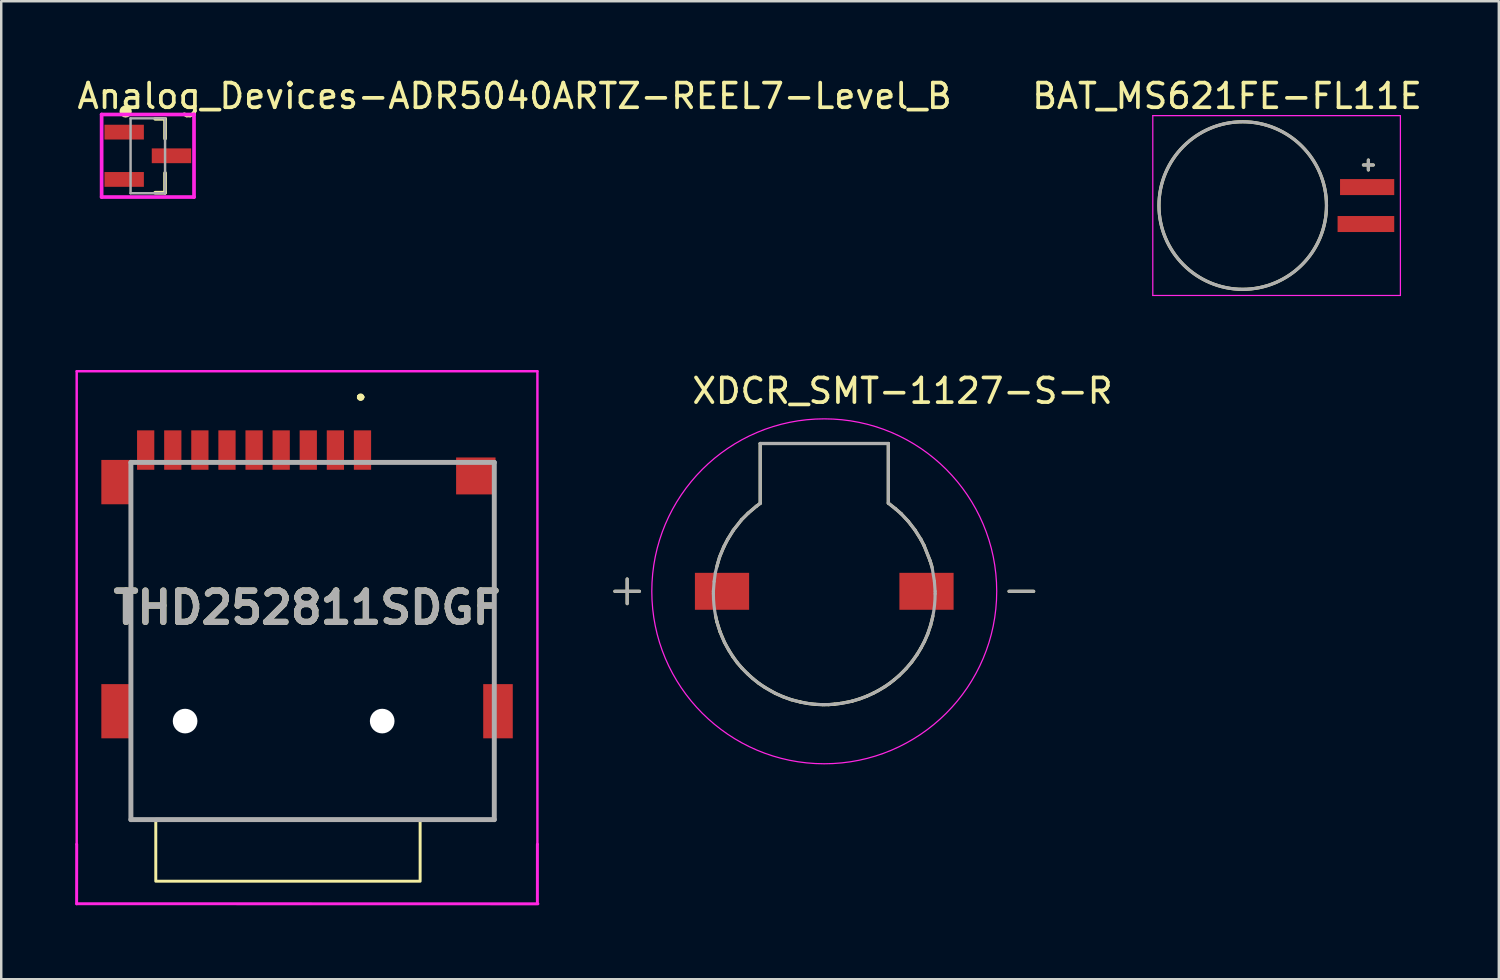
<source format=kicad_pcb>
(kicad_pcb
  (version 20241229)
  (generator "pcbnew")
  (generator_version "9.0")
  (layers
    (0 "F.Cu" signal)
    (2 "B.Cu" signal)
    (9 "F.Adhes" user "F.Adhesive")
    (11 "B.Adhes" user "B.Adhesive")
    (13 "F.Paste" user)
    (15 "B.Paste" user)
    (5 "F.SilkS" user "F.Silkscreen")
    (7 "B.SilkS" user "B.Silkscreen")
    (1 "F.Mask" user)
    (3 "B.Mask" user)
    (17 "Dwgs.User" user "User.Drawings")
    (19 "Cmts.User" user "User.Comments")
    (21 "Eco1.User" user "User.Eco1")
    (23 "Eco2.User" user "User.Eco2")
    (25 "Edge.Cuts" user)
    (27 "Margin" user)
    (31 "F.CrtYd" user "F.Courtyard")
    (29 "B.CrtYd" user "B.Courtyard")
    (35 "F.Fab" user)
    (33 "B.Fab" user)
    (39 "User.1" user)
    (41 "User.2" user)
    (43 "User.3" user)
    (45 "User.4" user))
  (footprint "XDCR_SMT-1127-S-R"
    (layer "F.Cu")
    (at 30.406 20.951)
    (property "Reference" "XDCR_SMT-1127-S-R" (at 3.175 -8.135 0) (layer "F.SilkS") (effects (font (size 1 1) (thickness 0.15))))
    (attr through_hole)
    (fp_line (start -8 -0.5) (end -8 0.5) (stroke (width 0.127) (type solid)) (layer "F.SilkS"))
    (fp_line (start -7.5 0) (end -8.5 0) (stroke (width 0.127) (type solid)) (layer "F.SilkS"))
    (fp_line (start -4.41 1) (end -4.36 1.23) (stroke (width 0.127) (type solid)) (layer "F.SilkS"))
    (fp_line (start -4.36 1.23) (end -4.23 1.64) (stroke (width 0.127) (type solid)) (layer "F.SilkS"))
    (fp_line (start -4.25 -1.39) (end -4.36 -1) (stroke (width 0.127) (type solid)) (layer "F.SilkS"))
    (fp_line (start -4.25 -1.39) (end -4.08 -1.8) (stroke (width 0.127) (type solid)) (layer "F.SilkS"))
    (fp_line (start -4.23 1.64) (end -4.05 2.07) (stroke (width 0.127) (type solid)) (layer "F.SilkS"))
    (fp_line (start -4.08 -1.8) (end -3.92 -2.11) (stroke (width 0.127) (type solid)) (layer "F.SilkS"))
    (fp_line (start -4.05 2.07) (end -3.88 2.38) (stroke (width 0.127) (type solid)) (layer "F.SilkS"))
    (fp_line (start -3.92 -2.11) (end -3.69 -2.48) (stroke (width 0.127) (type solid)) (layer "F.SilkS"))
    (fp_line (start -3.88 2.38) (end -3.71 2.65) (stroke (width 0.127) (type solid)) (layer "F.SilkS"))
    (fp_line (start -3.71 2.65) (end -3.53 2.9) (stroke (width 0.127) (type solid)) (layer "F.SilkS"))
    (fp_line (start -3.69 -2.48) (end -3.36 -2.9) (stroke (width 0.127) (type solid)) (layer "F.SilkS"))
    (fp_line (start -3.53 2.9) (end -3.34 3.12) (stroke (width 0.127) (type solid)) (layer "F.SilkS"))
    (fp_line (start -3.36 -2.9) (end -3.09 -3.17) (stroke (width 0.127) (type solid)) (layer "F.SilkS"))
    (fp_line (start -3.34 3.12) (end -3.11 3.35) (stroke (width 0.127) (type solid)) (layer "F.SilkS"))
    (fp_line (start -3.11 3.35) (end -2.9 3.54) (stroke (width 0.127) (type solid)) (layer "F.SilkS"))
    (fp_line (start -3.09 -3.17) (end -2.76 -3.45) (stroke (width 0.127) (type solid)) (layer "F.SilkS"))
    (fp_line (start -2.9 3.54) (end -2.65 3.74) (stroke (width 0.127) (type solid)) (layer "F.SilkS"))
    (fp_line (start -2.76 -3.45) (end -2.6 -3.57) (stroke (width 0.127) (type solid)) (layer "F.SilkS"))
    (fp_line (start -2.65 3.74) (end -2.41 3.9) (stroke (width 0.127) (type solid)) (layer "F.SilkS"))
    (fp_line (start -2.6 -6) (end 2.6 -6) (stroke (width 0.127) (type solid)) (layer "F.SilkS"))
    (fp_line (start -2.6 -3.57) (end -2.6 -6) (stroke (width 0.127) (type solid)) (layer "F.SilkS"))
    (fp_line (start -2.41 3.9) (end -1.99 4.14) (stroke (width 0.127) (type solid)) (layer "F.SilkS"))
    (fp_line (start -1.99 4.14) (end -1.67 4.28) (stroke (width 0.127) (type solid)) (layer "F.SilkS"))
    (fp_line (start -1.67 4.28) (end -1.34 4.4) (stroke (width 0.127) (type solid)) (layer "F.SilkS"))
    (fp_line (start -1.34 4.4) (end -0.98 4.49) (stroke (width 0.127) (type solid)) (layer "F.SilkS"))
    (fp_line (start -0.98 4.49) (end -0.69 4.55) (stroke (width 0.127) (type solid)) (layer "F.SilkS"))
    (fp_line (start -0.69 4.55) (end -0.35 4.59) (stroke (width 0.127) (type solid)) (layer "F.SilkS"))
    (fp_line (start -0.35 4.59) (end -0.07 4.6) (stroke (width 0.127) (type solid)) (layer "F.SilkS"))
    (fp_line (start -0.07 4.6) (end 0.18 4.6) (stroke (width 0.127) (type solid)) (layer "F.SilkS"))
    (fp_line (start 0.18 4.6) (end 0.42 4.58) (stroke (width 0.127) (type solid)) (layer "F.SilkS"))
    (fp_line (start 0.42 4.58) (end 0.66 4.55) (stroke (width 0.127) (type solid)) (layer "F.SilkS"))
    (fp_line (start 0.66 4.55) (end 1.13 4.46) (stroke (width 0.127) (type solid)) (layer "F.SilkS"))
    (fp_line (start 1.13 4.46) (end 1.45 4.36) (stroke (width 0.127) (type solid)) (layer "F.SilkS"))
    (fp_line (start 1.45 4.36) (end 1.72 4.26) (stroke (width 0.127) (type solid)) (layer "F.SilkS"))
    (fp_line (start 1.72 4.26) (end 2 4.13) (stroke (width 0.127) (type solid)) (layer "F.SilkS"))
    (fp_line (start 2 4.13) (end 2.19 4.03) (stroke (width 0.127) (type solid)) (layer "F.SilkS"))
    (fp_line (start 2.19 4.03) (end 2.46 3.87) (stroke (width 0.127) (type solid)) (layer "F.SilkS"))
    (fp_line (start 2.46 3.87) (end 2.65 3.74) (stroke (width 0.127) (type solid)) (layer "F.SilkS"))
    (fp_line (start 2.6 -6) (end 2.6 -3.58) (stroke (width 0.127) (type solid)) (layer "F.SilkS"))
    (fp_line (start 2.6 -3.58) (end 2.89 -3.35) (stroke (width 0.127) (type solid)) (layer "F.SilkS"))
    (fp_line (start 2.65 3.74) (end 2.84 3.59) (stroke (width 0.127) (type solid)) (layer "F.SilkS"))
    (fp_line (start 2.84 3.59) (end 3.04 3.42) (stroke (width 0.127) (type solid)) (layer "F.SilkS"))
    (fp_line (start 2.89 -3.35) (end 3.12 -3.15) (stroke (width 0.127) (type solid)) (layer "F.SilkS"))
    (fp_line (start 3.04 3.42) (end 3.32 3.14) (stroke (width 0.127) (type solid)) (layer "F.SilkS"))
    (fp_line (start 3.12 -3.15) (end 3.41 -2.84) (stroke (width 0.127) (type solid)) (layer "F.SilkS"))
    (fp_line (start 3.32 3.14) (end 3.55 2.87) (stroke (width 0.127) (type solid)) (layer "F.SilkS"))
    (fp_line (start 3.41 -2.84) (end 3.68 -2.49) (stroke (width 0.127) (type solid)) (layer "F.SilkS"))
    (fp_line (start 3.55 2.87) (end 3.77 2.56) (stroke (width 0.127) (type solid)) (layer "F.SilkS"))
    (fp_line (start 3.68 -2.49) (end 3.92 -2.11) (stroke (width 0.127) (type solid)) (layer "F.SilkS"))
    (fp_line (start 3.77 2.56) (end 3.92 2.31) (stroke (width 0.127) (type solid)) (layer "F.SilkS"))
    (fp_line (start 3.92 -2.11) (end 4.05 -1.86) (stroke (width 0.127) (type solid)) (layer "F.SilkS"))
    (fp_line (start 3.92 2.31) (end 4.07 2.03) (stroke (width 0.127) (type solid)) (layer "F.SilkS"))
    (fp_line (start 4.05 -1.86) (end 4.3 -1.23) (stroke (width 0.127) (type solid)) (layer "F.SilkS"))
    (fp_line (start 4.07 2.03) (end 4.2 1.73) (stroke (width 0.127) (type solid)) (layer "F.SilkS"))
    (fp_line (start 4.2 1.73) (end 4.32 1.37) (stroke (width 0.127) (type solid)) (layer "F.SilkS"))
    (fp_line (start 4.3 -1.23) (end 4.37 -1) (stroke (width 0.127) (type solid)) (layer "F.SilkS"))
    (fp_line (start 4.32 1.37) (end 4.41 1) (stroke (width 0.127) (type solid)) (layer "F.SilkS"))
    (fp_line (start 7.5 0) (end 8.5 0) (stroke (width 0.127) (type solid)) (layer "F.SilkS"))
    (fp_circle (center 0 0) (end 7 0) (stroke (width 0.05) (type solid)) (fill no) (layer "F.CrtYd"))
    (fp_line (start -8.5 0) (end -7.5 0) (stroke (width 0.127) (type solid)) (layer "F.Fab"))
    (fp_line (start -8 -0.5) (end -8 0.5) (stroke (width 0.127) (type solid)) (layer "F.Fab"))
    (fp_line (start -4.5 0) (end -4.47 -0.4) (stroke (width 0.127) (type solid)) (layer "F.Fab"))
    (fp_line (start -4.5 0.1) (end -4.5 0) (stroke (width 0.127) (type solid)) (layer "F.Fab"))
    (fp_line (start -4.47 -0.4) (end -4.42 -0.76) (stroke (width 0.127) (type solid)) (layer "F.Fab"))
    (fp_line (start -4.42 -0.76) (end -4.33 -1.12) (stroke (width 0.127) (type solid)) (layer "F.Fab"))
    (fp_line (start -4.33 -1.12) (end -4.25 -1.39) (stroke (width 0.127) (type solid)) (layer "F.Fab"))
    (fp_line (start -4.25 -1.39) (end -4.08 -1.8) (stroke (width 0.127) (type solid)) (layer "F.Fab"))
    (fp_line (start -4.08 -1.8) (end -3.92 -2.11) (stroke (width 0.127) (type solid)) (layer "F.Fab"))
    (fp_line (start -3.92 -2.11) (end -3.69 -2.48) (stroke (width 0.127) (type solid)) (layer "F.Fab"))
    (fp_line (start -3.69 -2.48) (end -3.36 -2.9) (stroke (width 0.127) (type solid)) (layer "F.Fab"))
    (fp_line (start -3.36 -2.9) (end -3.09 -3.17) (stroke (width 0.127) (type solid)) (layer "F.Fab"))
    (fp_line (start -3.09 -3.17) (end -2.76 -3.45) (stroke (width 0.127) (type solid)) (layer "F.Fab"))
    (fp_line (start -2.76 -3.45) (end -2.6 -3.57) (stroke (width 0.127) (type solid)) (layer "F.Fab"))
    (fp_line (start -2.6 -6) (end 2.6 -6) (stroke (width 0.127) (type solid)) (layer "F.Fab"))
    (fp_line (start -2.6 -3.57) (end -2.6 -6) (stroke (width 0.127) (type solid)) (layer "F.Fab"))
    (fp_line (start 2.6 -6) (end 2.6 -3.58) (stroke (width 0.127) (type solid)) (layer "F.Fab"))
    (fp_line (start 2.6 -3.58) (end 2.89 -3.35) (stroke (width 0.127) (type solid)) (layer "F.Fab"))
    (fp_line (start 2.89 -3.35) (end 3.12 -3.15) (stroke (width 0.127) (type solid)) (layer "F.Fab"))
    (fp_line (start 3.12 -3.15) (end 3.41 -2.84) (stroke (width 0.127) (type solid)) (layer "F.Fab"))
    (fp_line (start 3.41 -2.84) (end 3.68 -2.49) (stroke (width 0.127) (type solid)) (layer "F.Fab"))
    (fp_line (start 3.68 -2.49) (end 3.92 -2.11) (stroke (width 0.127) (type solid)) (layer "F.Fab"))
    (fp_line (start 3.92 -2.11) (end 4.05 -1.86) (stroke (width 0.127) (type solid)) (layer "F.Fab"))
    (fp_line (start 4.05 -1.86) (end 4.3 -1.23) (stroke (width 0.127) (type solid)) (layer "F.Fab"))
    (fp_line (start 4.3 -1.23) (end 4.38 -0.95) (stroke (width 0.127) (type solid)) (layer "F.Fab"))
    (fp_line (start 4.38 -0.95) (end 4.47 -0.41) (stroke (width 0.127) (type solid)) (layer "F.Fab"))
    (fp_line (start 4.47 -0.41) (end 4.5 0) (stroke (width 0.127) (type solid)) (layer "F.Fab"))
    (fp_line (start 4.5 0) (end 4.5 0.1) (stroke (width 0.127) (type solid)) (layer "F.Fab"))
    (fp_line (start 7.5 0) (end 8.5 0) (stroke (width 0.127) (type solid)) (layer "F.Fab"))
    (fp_arc (start 0 4.6) (mid -3.181981 3.281981) (end -4.5 0.1) (stroke (width 0.127) (type solid)) (layer "F.Fab"))
    (fp_arc (start 4.5 0.1) (mid 3.181981 3.281981) (end 0 4.6) (stroke (width 0.127) (type solid)) (layer "F.Fab"))
    (pad "N" smd rect (at 4.15 0) (size 2.2 1.5) (layers "F.Cu" "F.Mask" "F.Paste"))
    (pad "P" smd rect (at -4.15 0) (size 2.2 1.5) (layers "F.Cu" "F.Mask" "F.Paste")))
  (footprint "BAT_MS621FE-FL11E"
    (layer "F.Cu")
    (at 47.391 5.293)
    (property "Reference" "BAT_MS621FE-FL11E" (at -0.635 -4.445 0) (layer "F.SilkS") (effects (font (size 1 1) (thickness 0.15))))
    (attr through_hole)
    (fp_line (start 4.9 -1.646) (end 5.3 -1.646) (stroke (width 0.127) (type solid)) (layer "F.SilkS"))
    (fp_line (start 5.1 -1.846) (end 5.1 -1.446) (stroke (width 0.127) (type solid)) (layer "F.SilkS"))
    (fp_circle (center 0 0) (end 3.4 0) (stroke (width 0.127) (type solid)) (fill no) (layer "F.SilkS"))
    (fp_line (start -3.65 -3.65) (end 6.4 -3.65) (stroke (width 0.05) (type solid)) (layer "F.CrtYd"))
    (fp_line (start -3.65 3.65) (end -3.65 -3.65) (stroke (width 0.05) (type solid)) (layer "F.CrtYd"))
    (fp_line (start 6.4 -3.65) (end 6.4 3.65) (stroke (width 0.05) (type solid)) (layer "F.CrtYd"))
    (fp_line (start 6.4 3.65) (end -3.65 3.65) (stroke (width 0.05) (type solid)) (layer "F.CrtYd"))
    (fp_line (start 4.9 -1.646) (end 5.3 -1.646) (stroke (width 0.127) (type solid)) (layer "F.Fab"))
    (fp_line (start 5.1 -1.846) (end 5.1 -1.446) (stroke (width 0.127) (type solid)) (layer "F.Fab"))
    (fp_circle (center 0 0) (end 3.4 0) (stroke (width 0.127) (type solid)) (fill no) (layer "F.Fab"))
    (pad "+" smd rect (at 5.05 -0.75) (size 2.2 0.65) (layers "F.Cu" "F.Mask" "F.Paste"))
    (pad "-" smd rect (at 5 0.75) (size 2.3 0.65) (layers "F.Cu" "F.Mask" "F.Paste")))
  (footprint "Analog_Devices-ADR5040ARTZ-REEL7-Level_B"
    (layer "F.Cu")
    (at 2.95 3.273)
    (property "Reference" "Analog_Devices-ADR5040ARTZ-REEL7-Level_B" (at -2.95 -2.425 0) (layer "F.SilkS") (effects (font (size 1 1) (thickness 0.15)) (justify left)))
    (attr through_hole)
    (fp_line (start 0.3 -1.5) (end 0.7 -1.5) (stroke (width 0.15) (type solid)) (layer "F.SilkS"))
    (fp_line (start 0.3 1.5) (end 0.7 1.5) (stroke (width 0.15) (type solid)) (layer "F.SilkS"))
    (fp_line (start 0.7 -0.7) (end 0.7 -1.5) (stroke (width 0.15) (type solid)) (layer "F.SilkS"))
    (fp_line (start 0.7 1.5) (end 0.7 0.7) (stroke (width 0.15) (type solid)) (layer "F.SilkS"))
    (fp_circle (center -0.9 -1.8) (end -0.775 -1.8) (stroke (width 0.25) (type solid)) (fill no) (layer "F.SilkS"))
    (fp_line (start -1.875 -1.675) (end -1.875 1.675) (stroke (width 0.15) (type solid)) (layer "F.CrtYd"))
    (fp_line (start -1.875 1.675) (end 1.875 1.675) (stroke (width 0.15) (type solid)) (layer "F.CrtYd"))
    (fp_line (start 1.875 -1.675) (end -1.875 -1.675) (stroke (width 0.15) (type solid)) (layer "F.CrtYd"))
    (fp_line (start 1.875 -1.675) (end 1.875 -1.675) (stroke (width 0.15) (type solid)) (layer "F.CrtYd"))
    (fp_line (start 1.875 1.675) (end 1.875 -1.675) (stroke (width 0.15) (type solid)) (layer "F.CrtYd"))
    (fp_line (start -0.7 -1.52) (end 0.7 -1.52) (stroke (width 0.1) (type solid)) (layer "F.Fab"))
    (fp_line (start -0.7 1.52) (end -0.7 -1.52) (stroke (width 0.1) (type solid)) (layer "F.Fab"))
    (fp_line (start -0.7 1.52) (end 0.7 1.52) (stroke (width 0.1) (type solid)) (layer "F.Fab"))
    (fp_line (start 0.7 1.52) (end 0.7 -1.52) (stroke (width 0.1) (type solid)) (layer "F.Fab"))
    (pad "1" smd rect (at -0.96 -0.96 270) (size 0.6 1.6) (layers "F.Cu" "F.Mask" "F.Paste"))
    (pad "2" smd rect (at -0.96 0.96 270) (size 0.6 1.6) (layers "F.Cu" "F.Mask" "F.Paste"))
    (pad "3" smd rect (at 0.96 -0.000001 270) (size 0.6 1.6) (layers "F.Cu" "F.Mask" "F.Paste")))
  (footprint "THD252811SDGF"
    (layer "F.Cu")
    (at 9.638 22.968)
    (property "Reference" "THD252811SDGF" (at -0.225 -1.35 180) (layer "F.SilkS") (effects (font (size 1.27 1.27) (thickness 0.254))))
    (fp_line (start -7.375 -4.5) (end -7.375 -4.5) (stroke (width 0.1) (type solid)) (layer "F.SilkS"))
    (fp_line (start -7.375 -4.5) (end -7.375 0.75) (stroke (width 0.1) (type solid)) (layer "F.SilkS"))
    (fp_line (start -7.375 0.75) (end -7.375 -4.5) (stroke (width 0.1) (type solid)) (layer "F.SilkS"))
    (fp_line (start -7.375 0.75) (end -7.375 0.75) (stroke (width 0.1) (type solid)) (layer "F.SilkS"))
    (fp_line (start -7.375 4.75) (end -7.375 4.75) (stroke (width 0.1) (type solid)) (layer "F.SilkS"))
    (fp_line (start -7.375 4.75) (end -7.375 7.25) (stroke (width 0.1) (type solid)) (layer "F.SilkS"))
    (fp_line (start -7.375 7.25) (end -7.375 4.75) (stroke (width 0.1) (type solid)) (layer "F.SilkS"))
    (fp_line (start -7.375 7.25) (end -7.375 7.25) (stroke (width 0.1) (type solid)) (layer "F.SilkS"))
    (fp_line (start -7.375 7.25) (end -7.375 7.25) (stroke (width 0.1) (type solid)) (layer "F.SilkS"))
    (fp_line (start -7.375 7.25) (end 7.375 7.25) (stroke (width 0.1) (type solid)) (layer "F.SilkS"))
    (fp_line (start 1.9 -9.9) (end 1.9 -9.9) (stroke (width 0.2) (type solid)) (layer "F.SilkS"))
    (fp_line (start 1.9 -9.9) (end 1.9 -9.9) (stroke (width 0.2) (type solid)) (layer "F.SilkS"))
    (fp_line (start 2 -9.9) (end 2 -9.9) (stroke (width 0.2) (type solid)) (layer "F.SilkS"))
    (fp_line (start 3.25 -7.25) (end 3.25 -7.25) (stroke (width 0.1) (type solid)) (layer "F.SilkS"))
    (fp_line (start 3.25 -7.25) (end 5 -7.25) (stroke (width 0.1) (type solid)) (layer "F.SilkS"))
    (fp_line (start 5 -7.25) (end 3.25 -7.25) (stroke (width 0.1) (type solid)) (layer "F.SilkS"))
    (fp_line (start 5 -7.25) (end 5 -7.25) (stroke (width 0.1) (type solid)) (layer "F.SilkS"))
    (fp_line (start 7.375 -4.75) (end 7.375 -4.75) (stroke (width 0.1) (type solid)) (layer "F.SilkS"))
    (fp_line (start 7.375 -4.75) (end 7.375 0.75) (stroke (width 0.1) (type solid)) (layer "F.SilkS"))
    (fp_line (start 7.375 0.75) (end 7.375 -4.75) (stroke (width 0.1) (type solid)) (layer "F.SilkS"))
    (fp_line (start 7.375 0.75) (end 7.375 0.75) (stroke (width 0.1) (type solid)) (layer "F.SilkS"))
    (fp_line (start 7.375 5) (end 7.375 5) (stroke (width 0.1) (type solid)) (layer "F.SilkS"))
    (fp_line (start 7.375 5) (end 7.375 7.25) (stroke (width 0.1) (type solid)) (layer "F.SilkS"))
    (fp_line (start 7.375 7.25) (end -7.375 7.25) (stroke (width 0.1) (type solid)) (layer "F.SilkS"))
    (fp_line (start 7.375 7.25) (end 7.375 5) (stroke (width 0.1) (type solid)) (layer "F.SilkS"))
    (fp_line (start 7.375 7.25) (end 7.375 7.25) (stroke (width 0.1) (type solid)) (layer "F.SilkS"))
    (fp_line (start 7.375 7.25) (end 7.375 7.25) (stroke (width 0.1) (type solid)) (layer "F.SilkS"))
    (fp_rect (start -6.365 7.239) (end 4.365 9.75) (stroke (width 0.12) (type solid)) (fill no) (layer "F.SilkS"))
    (fp_arc (start 1.9 -9.9) (mid 1.95 -9.95) (end 2 -9.9) (stroke (width 0.2) (type solid)) (layer "F.SilkS"))
    (fp_arc (start 2 -9.9) (mid 1.95 -9.85) (end 1.9 -9.9) (stroke (width 0.2) (type solid)) (layer "F.SilkS"))
    (fp_arc (start 2 -9.9) (mid 1.95 -9.85) (end 1.9 -9.9) (stroke (width 0.2) (type solid)) (layer "F.SilkS"))
    (fp_line (start -9.578 10.668) (end -9.575 8.25) (stroke (width 0.12) (type solid)) (layer "F.CrtYd"))
    (fp_line (start -9.575 -10.95) (end 9.125 -10.95) (stroke (width 0.1) (type solid)) (layer "F.CrtYd"))
    (fp_line (start -9.575 8.25) (end -9.575 -10.95) (stroke (width 0.1) (type solid)) (layer "F.CrtYd"))
    (fp_line (start 9.125 -10.95) (end 9.125 8.25) (stroke (width 0.1) (type solid)) (layer "F.CrtYd"))
    (fp_line (start 9.125 8.25) (end 9.124 10.65) (stroke (width 0.12) (type solid)) (layer "F.CrtYd"))
    (fp_line (start 9.144 10.668) (end -9.571 10.663) (stroke (width 0.12) (type solid)) (layer "F.CrtYd"))
    (fp_line (start -7.375 -7.25) (end -7.375 7.25) (stroke (width 0.2) (type solid)) (layer "F.Fab"))
    (fp_line (start -7.375 7.25) (end 7.375 7.25) (stroke (width 0.2) (type solid)) (layer "F.Fab"))
    (fp_line (start 7.375 -7.25) (end -7.375 -7.25) (stroke (width 0.2) (type solid)) (layer "F.Fab"))
    (fp_line (start 7.375 7.25) (end 7.375 -7.25) (stroke (width 0.2) (type solid)) (layer "F.Fab"))
    (fp_text user "${REFERENCE}" (at -0.225 -1.35 180) (layer "F.Fab") (effects (font (size 1.27 1.27) (thickness 0.254))))
    (pad "" np_thru_hole circle (at -5.175 3.25) (size 1 1) (drill 1) (layers "*.Cu" "*.Mask"))
    (pad "" np_thru_hole circle (at 2.825 3.25) (size 1 1) (drill 1) (layers "*.Cu" "*.Mask"))
    (pad "1" smd rect (at 2.025 -7.75) (size 0.7 1.6) (layers "F.Cu" "F.Mask" "F.Paste"))
    (pad "2" smd rect (at 0.925 -7.75) (size 0.7 1.6) (layers "F.Cu" "F.Mask" "F.Paste"))
    (pad "3" smd rect (at -0.175 -7.75) (size 0.7 1.6) (layers "F.Cu" "F.Mask" "F.Paste"))
    (pad "4" smd rect (at -1.275 -7.75) (size 0.7 1.6) (layers "F.Cu" "F.Mask" "F.Paste"))
    (pad "5" smd rect (at -2.375 -7.75) (size 0.7 1.6) (layers "F.Cu" "F.Mask" "F.Paste"))
    (pad "6" smd rect (at -3.475 -7.75) (size 0.7 1.6) (layers "F.Cu" "F.Mask" "F.Paste"))
    (pad "7" smd rect (at -4.575 -7.75) (size 0.7 1.6) (layers "F.Cu" "F.Mask" "F.Paste"))
    (pad "8" smd rect (at -5.675 -7.75) (size 0.7 1.6) (layers "F.Cu" "F.Mask" "F.Paste"))
    (pad "9" smd rect (at -6.775 -7.75) (size 0.7 1.6) (layers "F.Cu" "F.Mask" "F.Paste"))
    (pad "MP1" smd rect (at 6.625 -6.7 90) (size 1.5 1.6) (layers "F.Cu" "F.Mask" "F.Paste"))
    (pad "MP2" smd rect (at 7.525 2.85) (size 1.2 2.2) (layers "F.Cu" "F.Mask" "F.Paste"))
    (pad "MP3" smd rect (at -7.975 2.85) (size 1.2 2.2) (layers "F.Cu" "F.Mask" "F.Paste"))
    (pad "MP4" smd rect (at -7.975 -6.45) (size 1.2 1.8) (layers "F.Cu" "F.Mask" "F.Paste")))
  (gr_rect
    (start -3 -3)
    (end 57.786 36.696)
    (stroke (width 0.1) (type default))
    (fill no)
    (layer "Edge.Cuts")))
</source>
